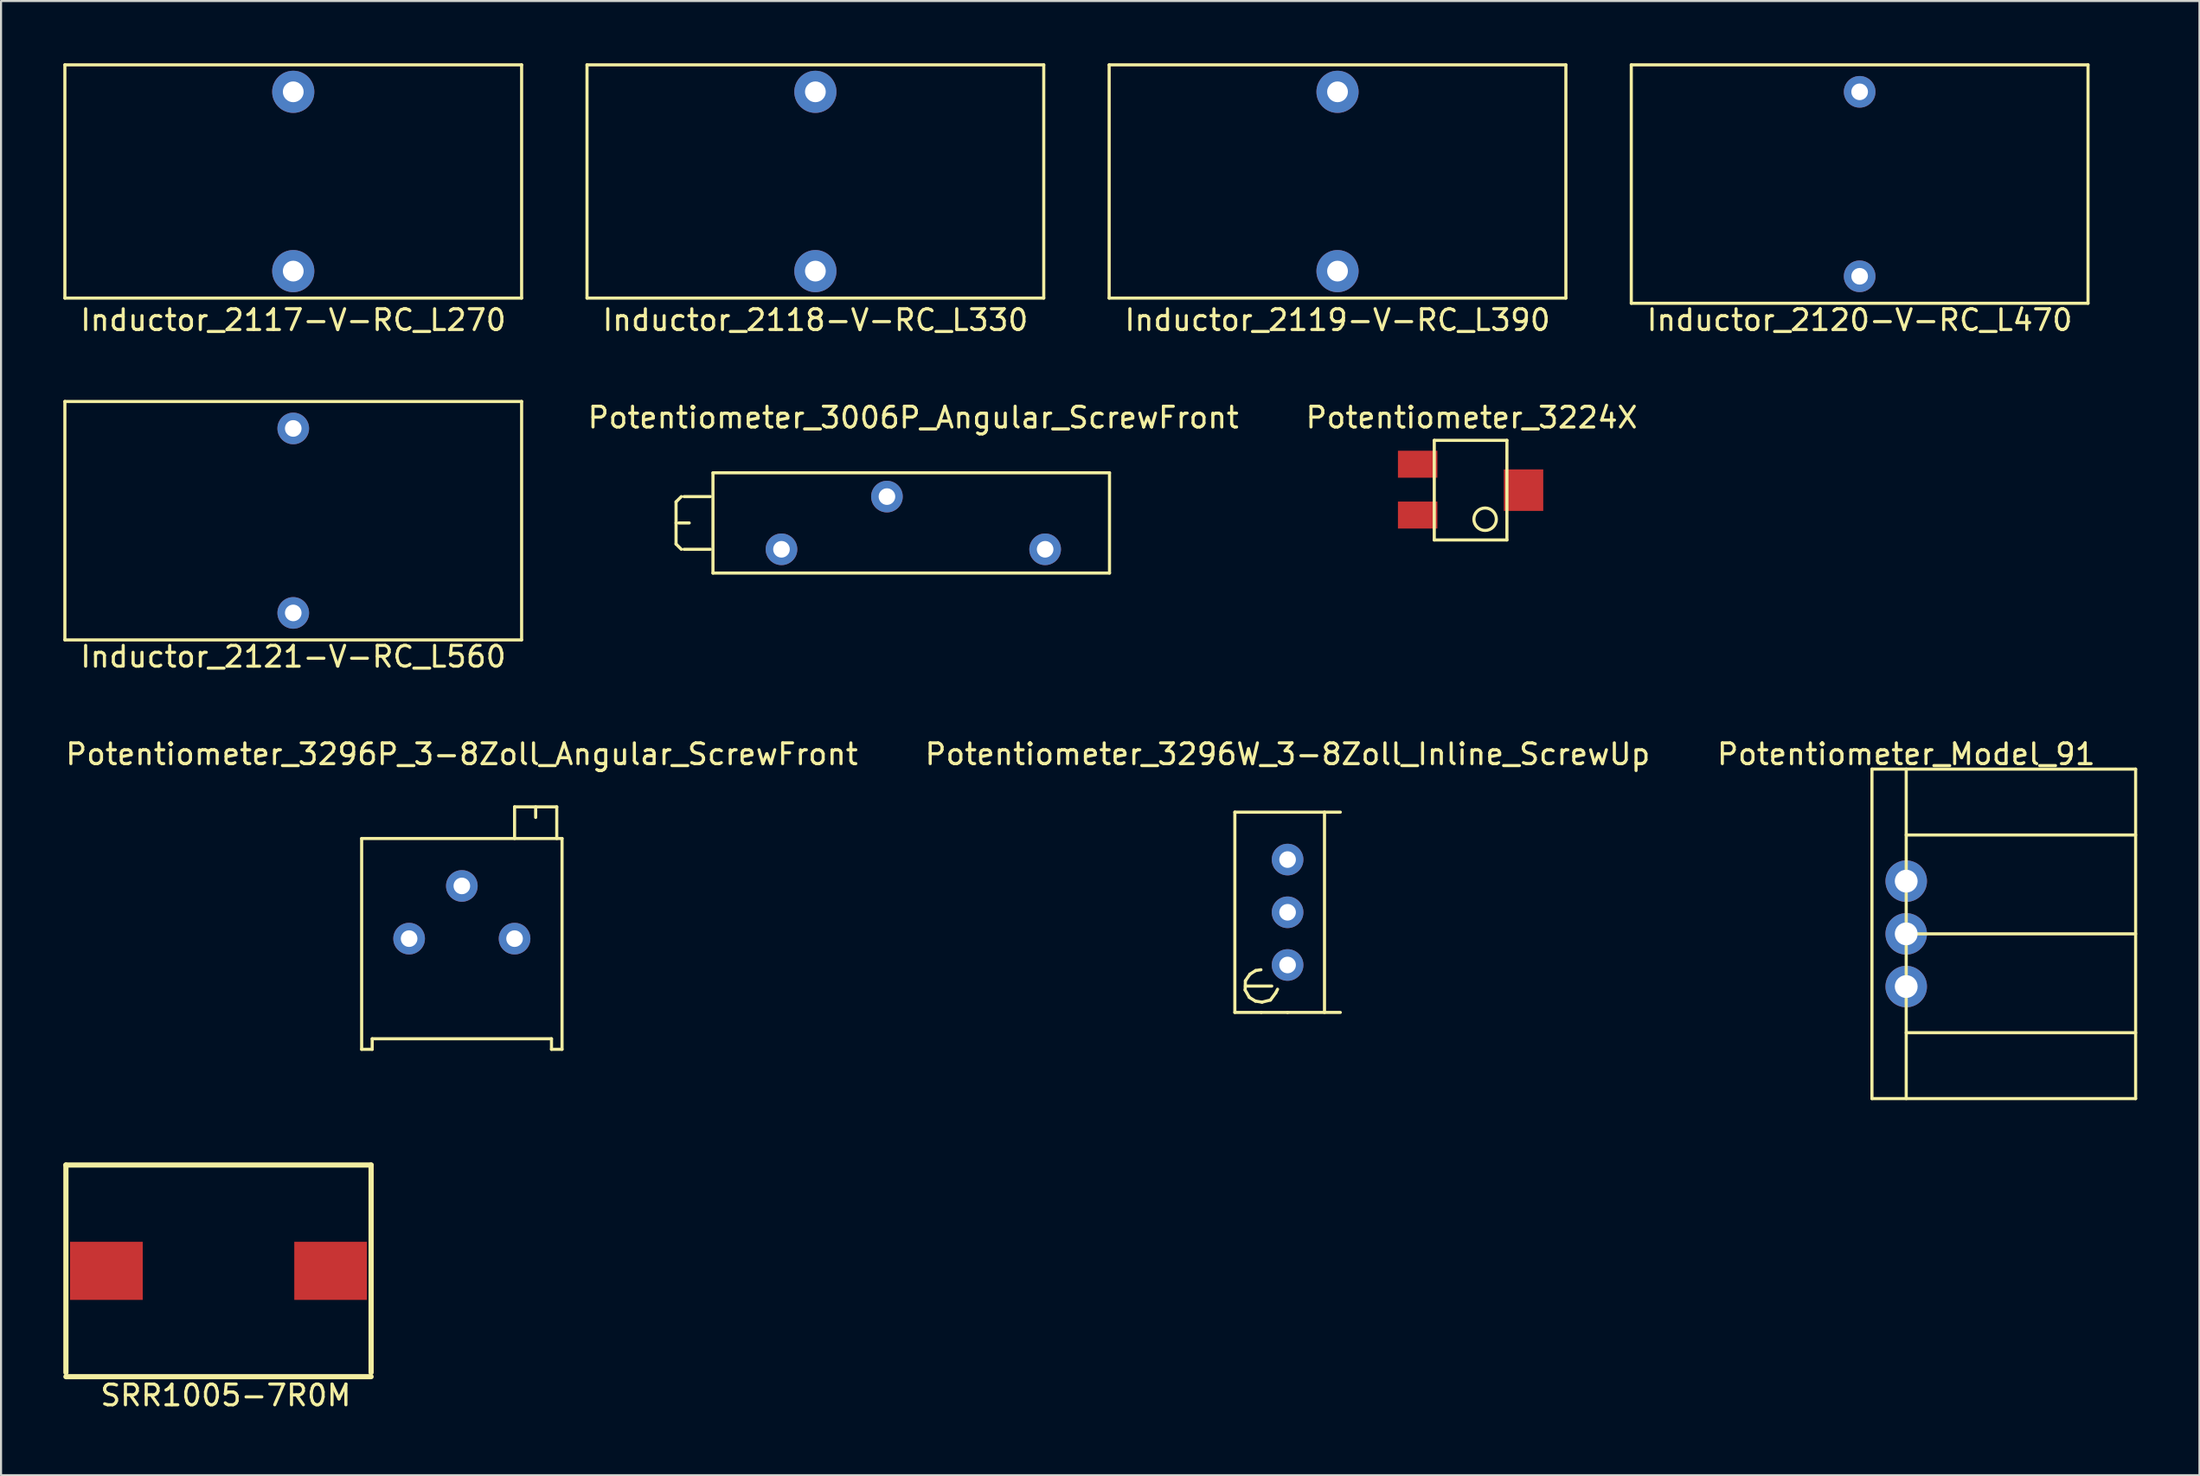
<source format=kicad_pcb>
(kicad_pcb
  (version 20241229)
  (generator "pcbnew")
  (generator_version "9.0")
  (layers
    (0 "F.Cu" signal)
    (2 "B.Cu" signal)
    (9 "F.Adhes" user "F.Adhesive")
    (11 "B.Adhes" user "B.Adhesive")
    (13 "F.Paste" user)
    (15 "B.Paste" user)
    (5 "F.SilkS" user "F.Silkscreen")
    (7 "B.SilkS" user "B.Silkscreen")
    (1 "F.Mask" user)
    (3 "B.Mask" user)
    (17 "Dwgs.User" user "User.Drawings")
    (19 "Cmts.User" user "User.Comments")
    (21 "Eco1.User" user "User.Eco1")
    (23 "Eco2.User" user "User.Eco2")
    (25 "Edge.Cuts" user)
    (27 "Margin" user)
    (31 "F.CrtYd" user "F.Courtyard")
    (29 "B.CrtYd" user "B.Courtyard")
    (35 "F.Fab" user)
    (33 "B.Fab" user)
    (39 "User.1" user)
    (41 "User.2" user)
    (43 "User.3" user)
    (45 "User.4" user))
  (footprint "Potentiometer_3296W_3-8Zoll_Inline_ScrewUp"
    (layer "F.Cu")
    (at 58.97 43.455)
    (property "Reference" "Potentiometer_3296W_3-8Zoll_Inline_ScrewUp" (at 0 -10.16 0) (layer "F.SilkS") (effects (font (size 1 1) (thickness 0.15))))
    (attr through_hole)
    (fp_line (start -2.54 -7.366) (end 2.54 -7.366) (stroke (width 0.15) (type solid)) (layer "F.SilkS"))
    (fp_line (start -2.54 2.286) (end -2.54 -7.366) (stroke (width 0.15) (type solid)) (layer "F.SilkS"))
    (fp_line (start -2.045 1.206) (end -1.841 1.562) (stroke (width 0.15) (type solid)) (layer "F.SilkS"))
    (fp_line (start -2.032 0.762) (end -2.045 1.206) (stroke (width 0.15) (type solid)) (layer "F.SilkS"))
    (fp_line (start -2.032 1.016) (end -0.762 1.016) (stroke (width 0.15) (type solid)) (layer "F.SilkS"))
    (fp_line (start -1.841 1.562) (end -1.549 1.74) (stroke (width 0.15) (type solid)) (layer "F.SilkS"))
    (fp_line (start -1.816 0.445) (end -2.032 0.762) (stroke (width 0.15) (type solid)) (layer "F.SilkS"))
    (fp_line (start -1.549 1.74) (end -1.232 1.791) (stroke (width 0.15) (type solid)) (layer "F.SilkS"))
    (fp_line (start -1.537 0.267) (end -1.816 0.445) (stroke (width 0.15) (type solid)) (layer "F.SilkS"))
    (fp_line (start -1.283 0.229) (end -1.537 0.267) (stroke (width 0.15) (type solid)) (layer "F.SilkS"))
    (fp_line (start -1.27 2.286) (end -2.54 2.286) (stroke (width 0.15) (type solid)) (layer "F.SilkS"))
    (fp_line (start -1.232 1.791) (end -0.826 1.689) (stroke (width 0.15) (type solid)) (layer "F.SilkS"))
    (fp_line (start -0.826 1.689) (end -0.572 1.346) (stroke (width 0.15) (type solid)) (layer "F.SilkS"))
    (fp_line (start -0.572 1.346) (end -0.483 1.168) (stroke (width 0.15) (type solid)) (layer "F.SilkS"))
    (fp_line (start 0 2.286) (end -1.27 2.286) (stroke (width 0.15) (type solid)) (layer "F.SilkS"))
    (fp_line (start 1.778 -7.366) (end 1.778 2.286) (stroke (width 0.15) (type solid)) (layer "F.SilkS"))
    (fp_line (start 2.54 2.286) (end 0 2.286) (stroke (width 0.15) (type solid)) (layer "F.SilkS"))
    (pad "1" thru_hole circle (at 0 0) (size 1.524 1.524) (drill 0.8) (layers "*.Cu" "*.Mask"))
    (pad "2" thru_hole circle (at 0 -2.54) (size 1.524 1.524) (drill 0.8) (layers "*.Cu" "*.Mask"))
    (pad "3" thru_hole circle (at 0 -5.08) (size 1.524 1.524) (drill 0.8) (layers "*.Cu" "*.Mask")))
  (footprint "Inductor_2117-V-RC_L270"
    (layer "F.Cu")
    (at 11.075 1.375)
    (property "Reference" "Inductor_2117-V-RC_L270" (at 0 11 0) (layer "F.SilkS") (effects (font (size 1 1) (thickness 0.15))))
    (attr through_hole)
    (fp_line (start -11 -1.3) (end -11 9.94) (stroke (width 0.15) (type solid)) (layer "F.SilkS"))
    (fp_line (start -11 -1.3) (end 11 -1.3) (stroke (width 0.15) (type solid)) (layer "F.SilkS"))
    (fp_line (start -11 9.94) (end 11 9.94) (stroke (width 0.15) (type solid)) (layer "F.SilkS"))
    (fp_line (start 11 -1.3) (end 11 9.94) (stroke (width 0.15) (type solid)) (layer "F.SilkS"))
    (pad "1" thru_hole circle (at 0 0) (size 2.032 2.032) (drill 1) (layers "*.Cu" "*.Mask"))
    (pad "2" thru_hole circle (at 0 8.64) (size 2.032 2.032) (drill 1) (layers "*.Cu" "*.Mask")))
  (footprint "Potentiometer_3296P_3-8Zoll_Angular_ScrewFront"
    (layer "F.Cu")
    (at 21.736 42.185)
    (property "Reference" "Potentiometer_3296P_3-8Zoll_Angular_ScrewFront" (at -2.54 -8.89 0) (layer "F.SilkS") (effects (font (size 1 1) (thickness 0.15))))
    (attr through_hole)
    (fp_line (start -7.366 -4.826) (end -7.366 5.334) (stroke (width 0.15) (type solid)) (layer "F.SilkS"))
    (fp_line (start -7.366 -4.826) (end 2.286 -4.826) (stroke (width 0.15) (type solid)) (layer "F.SilkS"))
    (fp_line (start -7.366 5.334) (end -6.858 5.334) (stroke (width 0.15) (type solid)) (layer "F.SilkS"))
    (fp_line (start -6.858 4.826) (end 1.778 4.826) (stroke (width 0.15) (type solid)) (layer "F.SilkS"))
    (fp_line (start -6.858 5.334) (end -6.858 4.826) (stroke (width 0.15) (type solid)) (layer "F.SilkS"))
    (fp_line (start 0 -6.35) (end 2.032 -6.35) (stroke (width 0.15) (type solid)) (layer "F.SilkS"))
    (fp_line (start 0 -4.826) (end 0 -6.35) (stroke (width 0.15) (type solid)) (layer "F.SilkS"))
    (fp_line (start 1.016 -6.35) (end 1.016 -5.842) (stroke (width 0.15) (type solid)) (layer "F.SilkS"))
    (fp_line (start 1.778 4.826) (end 1.778 5.334) (stroke (width 0.15) (type solid)) (layer "F.SilkS"))
    (fp_line (start 1.778 5.334) (end 2.286 5.334) (stroke (width 0.15) (type solid)) (layer "F.SilkS"))
    (fp_line (start 2.032 -4.826) (end 2.032 -6.35) (stroke (width 0.15) (type solid)) (layer "F.SilkS"))
    (fp_line (start 2.286 5.334) (end 2.286 -4.826) (stroke (width 0.15) (type solid)) (layer "F.SilkS"))
    (pad "1" thru_hole circle (at 0 0 90) (size 1.524 1.524) (drill 0.8) (layers "*.Cu" "*.Mask"))
    (pad "2" thru_hole circle (at -2.54 -2.54 90) (size 1.524 1.524) (drill 0.8) (layers "*.Cu" "*.Mask"))
    (pad "3" thru_hole circle (at -5.08 0 90) (size 1.524 1.524) (drill 0.8) (layers "*.Cu" "*.Mask")))
  (footprint "Potentiometer_3006P_Angular_ScrewFront"
    (layer "F.Cu")
    (at 47.292 23.422)
    (property "Reference" "Potentiometer_3006P_Angular_ScrewFront" (at -6.35 -6.35 0) (layer "F.SilkS") (effects (font (size 1 1) (thickness 0.15))))
    (attr through_hole)
    (fp_line (start -17.778 -2.286) (end -17.778 -1.27) (stroke (width 0.15) (type solid)) (layer "F.SilkS"))
    (fp_line (start -17.778 -1.27) (end -17.778 -0.254) (stroke (width 0.15) (type solid)) (layer "F.SilkS"))
    (fp_line (start -17.778 -0.254) (end -17.524 0) (stroke (width 0.15) (type solid)) (layer "F.SilkS"))
    (fp_line (start -17.651 -1.27) (end -17.143 -1.27) (stroke (width 0.15) (type solid)) (layer "F.SilkS"))
    (fp_line (start -17.524 -2.54) (end -17.778 -2.286) (stroke (width 0.15) (type solid)) (layer "F.SilkS"))
    (fp_line (start -16.127 -2.54) (end -17.397 -2.54) (stroke (width 0.15) (type solid)) (layer "F.SilkS"))
    (fp_line (start -16.127 0) (end -17.397 0) (stroke (width 0.15) (type solid)) (layer "F.SilkS"))
    (fp_line (start -16 1.145) (end -16 -3.685) (stroke (width 0.15) (type solid)) (layer "F.SilkS"))
    (fp_line (start -16 1.145) (end 3.1 1.145) (stroke (width 0.15) (type solid)) (layer "F.SilkS"))
    (fp_line (start 3.1 -3.685) (end -16 -3.685) (stroke (width 0.15) (type solid)) (layer "F.SilkS"))
    (fp_line (start 3.1 1.145) (end 3.1 -3.685) (stroke (width 0.15) (type solid)) (layer "F.SilkS"))
    (pad "1" thru_hole circle (at 0 0) (size 1.524 1.524) (drill 0.8) (layers "*.Cu" "*.Mask"))
    (pad "2" thru_hole circle (at -7.62 -2.54) (size 1.524 1.524) (drill 0.8) (layers "*.Cu" "*.Mask"))
    (pad "3" thru_hole circle (at -12.7 0) (size 1.524 1.524) (drill 0.8) (layers "*.Cu" "*.Mask")))
  (footprint "Inductor_2118-V-RC_L330"
    (layer "F.Cu")
    (at 36.225 1.375)
    (property "Reference" "Inductor_2118-V-RC_L330" (at 0 11 0) (layer "F.SilkS") (effects (font (size 1 1) (thickness 0.15))))
    (attr through_hole)
    (fp_line (start -11 -1.3) (end -11 9.94) (stroke (width 0.15) (type solid)) (layer "F.SilkS"))
    (fp_line (start -11 -1.3) (end 11 -1.3) (stroke (width 0.15) (type solid)) (layer "F.SilkS"))
    (fp_line (start -11 9.94) (end 11 9.94) (stroke (width 0.15) (type solid)) (layer "F.SilkS"))
    (fp_line (start 11 -1.3) (end 11 9.94) (stroke (width 0.15) (type solid)) (layer "F.SilkS"))
    (pad "1" thru_hole circle (at 0 0) (size 2.032 2.032) (drill 1) (layers "*.Cu" "*.Mask"))
    (pad "2" thru_hole circle (at 0 8.64) (size 2.032 2.032) (drill 1) (layers "*.Cu" "*.Mask")))
  (footprint "Inductor_2121-V-RC_L560"
    (layer "F.Cu")
    (at 11.075 17.598)
    (property "Reference" "Inductor_2121-V-RC_L560" (at 0 11 0) (layer "F.SilkS") (effects (font (size 1 1) (thickness 0.15))))
    (attr through_hole)
    (fp_line (start -11 -1.3) (end -11 10.19) (stroke (width 0.15) (type solid)) (layer "F.SilkS"))
    (fp_line (start -11 -1.3) (end 11 -1.3) (stroke (width 0.15) (type solid)) (layer "F.SilkS"))
    (fp_line (start -11 10.19) (end 11 10.19) (stroke (width 0.15) (type solid)) (layer "F.SilkS"))
    (fp_line (start 11 -1.3) (end 11 10.19) (stroke (width 0.15) (type solid)) (layer "F.SilkS"))
    (pad "1" thru_hole circle (at 0 0) (size 1.524 1.524) (drill 0.8) (layers "*.Cu" "*.Mask"))
    (pad "2" thru_hole circle (at 0 8.89) (size 1.524 1.524) (drill 0.8) (layers "*.Cu" "*.Mask")))
  (footprint "Inductor_2119-V-RC_L390"
    (layer "F.Cu")
    (at 61.375 1.375)
    (property "Reference" "Inductor_2119-V-RC_L390" (at 0 11 0) (layer "F.SilkS") (effects (font (size 1 1) (thickness 0.15))))
    (attr through_hole)
    (fp_line (start -11 -1.3) (end -11 9.94) (stroke (width 0.15) (type solid)) (layer "F.SilkS"))
    (fp_line (start -11 -1.3) (end 11 -1.3) (stroke (width 0.15) (type solid)) (layer "F.SilkS"))
    (fp_line (start -11 9.94) (end 11 9.94) (stroke (width 0.15) (type solid)) (layer "F.SilkS"))
    (fp_line (start 11 -1.3) (end 11 9.94) (stroke (width 0.15) (type solid)) (layer "F.SilkS"))
    (pad "1" thru_hole circle (at 0 0) (size 2.032 2.032) (drill 1) (layers "*.Cu" "*.Mask"))
    (pad "2" thru_hole circle (at 0 8.64) (size 2.032 2.032) (drill 1) (layers "*.Cu" "*.Mask")))
  (footprint "Inductor_2120-V-RC_L470"
    (layer "F.Cu")
    (at 86.525 1.375)
    (property "Reference" "Inductor_2120-V-RC_L470" (at 0 11 0) (layer "F.SilkS") (effects (font (size 1 1) (thickness 0.15))))
    (attr through_hole)
    (fp_line (start -11 -1.3) (end -11 10.19) (stroke (width 0.15) (type solid)) (layer "F.SilkS"))
    (fp_line (start -11 -1.3) (end 11 -1.3) (stroke (width 0.15) (type solid)) (layer "F.SilkS"))
    (fp_line (start -11 10.19) (end 11 10.19) (stroke (width 0.15) (type solid)) (layer "F.SilkS"))
    (fp_line (start 11 -1.3) (end 11 10.19) (stroke (width 0.15) (type solid)) (layer "F.SilkS"))
    (pad "1" thru_hole circle (at 0 0) (size 1.524 1.524) (drill 0.8) (layers "*.Cu" "*.Mask"))
    (pad "2" thru_hole circle (at 0 8.89) (size 1.524 1.524) (drill 0.8) (layers "*.Cu" "*.Mask")))
  (footprint "Potentiometer_Model_91"
    (layer "F.Cu")
    (at 88.768 44.495)
    (property "Reference" "Potentiometer_Model_91" (at 0 -11.2 0) (layer "F.SilkS") (effects (font (size 1 1) (thickness 0.15))))
    (attr through_hole)
    (fp_line (start -1.65 -10.48) (end 11.05 -10.48) (stroke (width 0.15) (type solid)) (layer "F.SilkS"))
    (fp_line (start -1.65 5.4) (end -1.65 -10.48) (stroke (width 0.15) (type solid)) (layer "F.SilkS"))
    (fp_line (start -1.65 5.4) (end 11.05 5.4) (stroke (width 0.15) (type solid)) (layer "F.SilkS"))
    (fp_line (start 0 -7.305) (end 11.05 -7.305) (stroke (width 0.15) (type solid)) (layer "F.SilkS"))
    (fp_line (start 0 -2.54) (end 11.05 -2.54) (stroke (width 0.15) (type solid)) (layer "F.SilkS"))
    (fp_line (start 0 2.225) (end 11.05 2.225) (stroke (width 0.15) (type solid)) (layer "F.SilkS"))
    (fp_line (start 0 5.4) (end 0 -10.48) (stroke (width 0.15) (type solid)) (layer "F.SilkS"))
    (fp_line (start 11.05 -10.48) (end 11.05 5.4) (stroke (width 0.15) (type solid)) (layer "F.SilkS"))
    (pad "1" thru_hole circle (at 0 0) (size 2 2) (drill 1.1) (layers "*.Cu" "*.Mask"))
    (pad "2" thru_hole circle (at 0 -2.54) (size 2 2) (drill 1.1) (layers "*.Cu" "*.Mask"))
    (pad "3" thru_hole circle (at 0 -5.08) (size 2 2) (drill 1.1) (layers "*.Cu" "*.Mask")))
  (footprint "Potentiometer_3224X"
    (layer "F.Cu")
    (at 67.785 20.572)
    (property "Reference" "Potentiometer_3224X" (at 0.05 -3.5 0) (layer "F.SilkS") (effects (font (size 1 1) (thickness 0.15))))
    (attr smd)
    (fp_line (start -1.75 -2.4) (end -1.75 2.4) (stroke (width 0.15) (type solid)) (layer "F.SilkS"))
    (fp_line (start -1.75 -2.4) (end 1.75 -2.4) (stroke (width 0.15) (type solid)) (layer "F.SilkS"))
    (fp_line (start -1.75 2.4) (end 1.75 2.4) (stroke (width 0.15) (type solid)) (layer "F.SilkS"))
    (fp_line (start 1.75 -2.4) (end 1.75 2.4) (stroke (width 0.15) (type solid)) (layer "F.SilkS"))
    (fp_circle (center 0.7 1.4) (end 0.4 0.95) (stroke (width 0.15) (type solid)) (fill no) (layer "F.SilkS"))
    (pad "1" smd rect (at -2.55 1.2) (size 1.9 1.3) (layers "F.Cu" "F.Mask" "F.Paste"))
    (pad "2" smd rect (at 2.55 0) (size 1.9 2) (layers "F.Cu" "F.Mask" "F.Paste"))
    (pad "3" smd rect (at -2.55 -1.25) (size 1.9 1.3) (layers "F.Cu" "F.Mask" "F.Paste")))
  (footprint "SRR1005-7R0M"
    (layer "F.Cu")
    (at 3.825 58.195)
    (property "Reference" "SRR1005-7R0M" (at 4 6 0) (layer "F.SilkS") (effects (font (size 1 1) (thickness 0.15))))
    (attr through_hole)
    (fp_line (start -3.7 -5.1) (end -3.7 4.9) (stroke (width 0.25) (type solid)) (layer "F.SilkS"))
    (fp_line (start -3.7 -5.1) (end 11 -5.1) (stroke (width 0.25) (type solid)) (layer "F.SilkS"))
    (fp_line (start -3.7 5.1) (end 11 5.1) (stroke (width 0.25) (type solid)) (layer "F.SilkS"))
    (fp_line (start 11 4.9) (end 11 -5.1) (stroke (width 0.25) (type solid)) (layer "F.SilkS"))
    (pad "1" smd rect (at -1.75 0) (size 3.5 2.8) (layers "F.Cu" "F.Mask" "F.Paste"))
    (pad "2" smd rect (at 9.05 0) (size 3.5 2.8) (layers "F.Cu" "F.Mask" "F.Paste")))
  (gr_rect
    (start -3 -3)
    (end 102.893 68.043)
    (stroke (width 0.1) (type default))
    (fill no)
    (layer "Edge.Cuts")))
</source>
